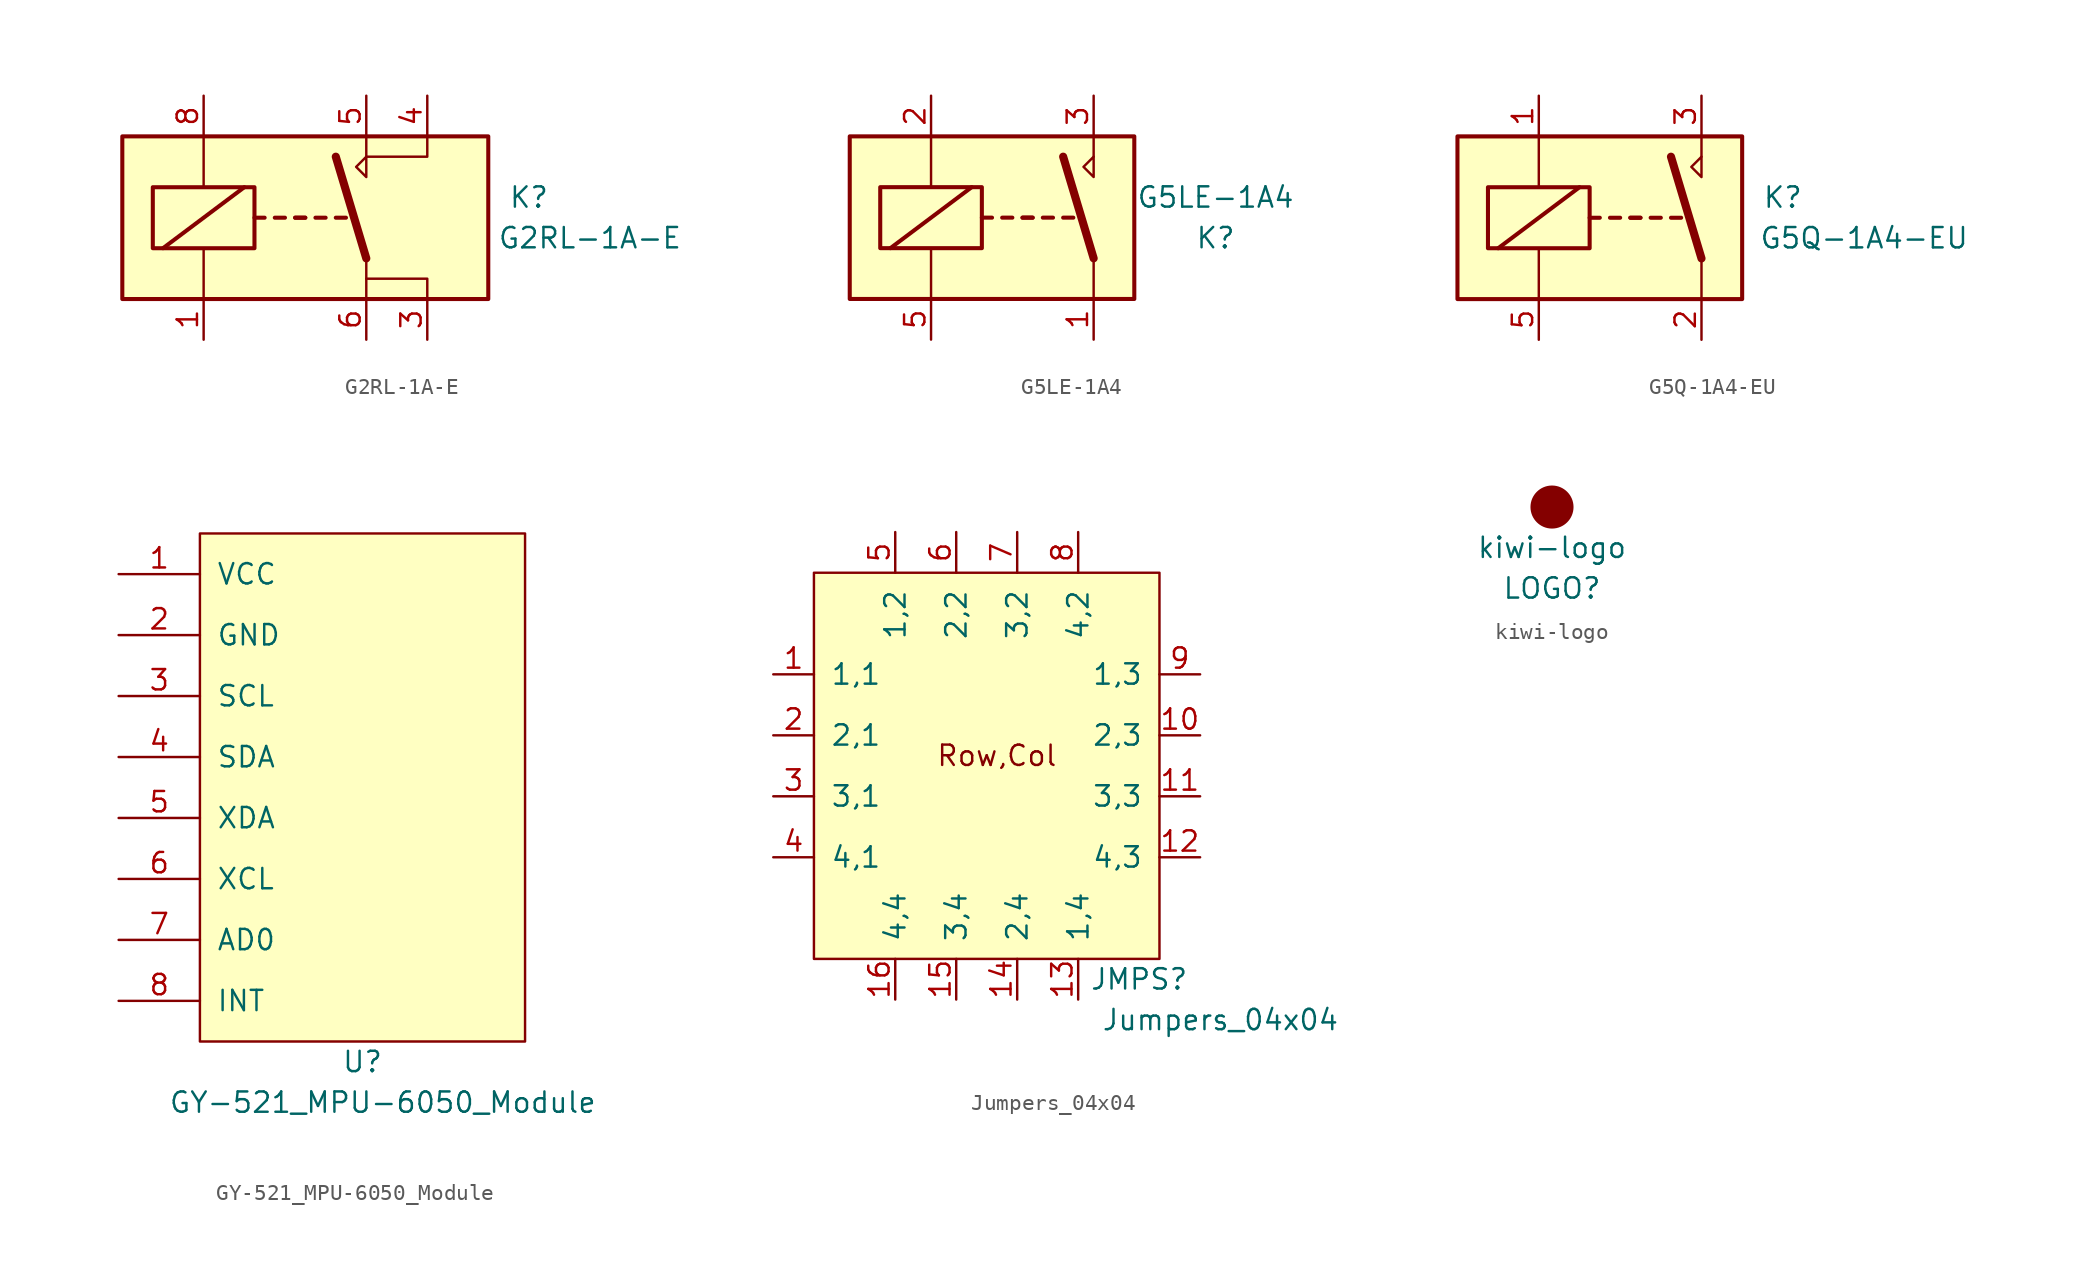
<source format=kicad_sym>
(kicad_symbol_lib
  (version 20211014)
  (generator kicad_symbol_editor)
  (symbol "G2RL-1A-E"
    (pin_names
      (offset 1.016))
    (property "Reference" "K"
      (at 16.51 1.27 0)
      (effects (font (size 1.27 1.27))))
    (property "Value" "G2RL-1A-E"
      (at 20.32 -1.27 0)
      (effects (font (size 1.27 1.27))))
    (symbol "G2RL-1A-E_0_1"
      (polyline (pts (xy 10.16 -5.08) (xy 10.16 -3.81) (xy 6.35 -3.81)) (stroke (width 0) (type default) (color 0 0 0 0)) (fill (type none)))
      (polyline (pts (xy 10.16 5.08) (xy 10.16 3.81) (xy 6.35 3.81)) (stroke (width 0) (type default) (color 0 0 0 0)) (fill (type none))))
    (symbol "G2RL-1A-E_1_0"
      (polyline (pts (xy 6.35 3.81) (xy 6.35 5.08)) (stroke (width 0) (type default) (color 0 0 0 0)) (fill (type none)))
      (polyline (pts (xy 6.35 3.81) (xy 6.35 2.54) (xy 5.715 3.175) (xy 6.35 3.81)) (stroke (width 0) (type default) (color 0 0 0 0)) (fill (type none))))
    (symbol "G2RL-1A-E_1_1"
      (rectangle (start -8.89 5.08) (end 13.97 -5.08) (stroke (width 0.254) (type default) (color 0 0 0 0)) (fill (type background)))
      (rectangle (start -6.985 1.905) (end -0.635 -1.905) (stroke (width 0.254) (type default) (color 0 0 0 0)) (fill (type none)))
      (polyline (pts (xy -6.35 -1.905) (xy -1.27 1.905)) (stroke (width 0.254) (type default) (color 0 0 0 0)) (fill (type none)))
      (polyline (pts (xy -3.81 -5.08) (xy -3.81 -1.905)) (stroke (width 0) (type default) (color 0 0 0 0)) (fill (type none)))
      (polyline (pts (xy -3.81 5.08) (xy -3.81 1.905)) (stroke (width 0) (type default) (color 0 0 0 0)) (fill (type none)))
      (polyline (pts (xy -0.635 0) (xy 0 0)) (stroke (width 0.254) (type default) (color 0 0 0 0)) (fill (type none)))
      (polyline (pts (xy 0.635 0) (xy 1.27 0)) (stroke (width 0.254) (type default) (color 0 0 0 0)) (fill (type none)))
      (polyline (pts (xy 1.905 0) (xy 2.54 0)) (stroke (width 0.254) (type default) (color 0 0 0 0)) (fill (type none)))
      (polyline (pts (xy 1.905 0) (xy 2.54 0)) (stroke (width 0.254) (type default) (color 0 0 0 0)) (fill (type none)))
      (polyline (pts (xy 3.175 0) (xy 3.81 0)) (stroke (width 0.254) (type default) (color 0 0 0 0)) (fill (type none)))
      (polyline (pts (xy 4.445 0) (xy 5.08 0)) (stroke (width 0.254) (type default) (color 0 0 0 0)) (fill (type none)))
      (polyline (pts (xy 6.35 -2.54) (xy 4.445 3.81)) (stroke (width 0.508) (type default) (color 0 0 0 0)) (fill (type none)))
      (polyline (pts (xy 6.35 -2.54) (xy 6.35 -5.08)) (stroke (width 0) (type default) (color 0 0 0 0)) (fill (type none)))
      (pin passive line (at -3.81 -7.62 90) (length 2.54) (name "~" (effects (font (size 1.27 1.27)))) (number "1" (effects (font (size 1.27 1.27)))))
      (pin passive line (at 10.16 -7.62 90) (length 2.54) (name "~" (effects (font (size 1.27 1.27)))) (number "3" (effects (font (size 1.27 1.27)))))
      (pin passive line (at 10.16 7.62 270) (length 2.54) (name "~" (effects (font (size 1.27 1.27)))) (number "4" (effects (font (size 1.27 1.27)))))
      (pin passive line (at 6.35 7.62 270) (length 2.54) (name "~" (effects (font (size 1.27 1.27)))) (number "5" (effects (font (size 1.27 1.27)))))
      (pin passive line (at 6.35 -7.62 90) (length 2.54) (name "~" (effects (font (size 1.27 1.27)))) (number "6" (effects (font (size 1.27 1.27)))))
      (pin passive line (at -3.81 7.62 270) (length 2.54) (name "~" (effects (font (size 1.27 1.27)))) (number "8" (effects (font (size 1.27 1.27)))))))
  (symbol "G5LE-1A4"
    (pin_names
      (offset 1.016))
    (property "Reference" "K"
      (at 13.97 -1.27 0)
      (effects (font (size 1.27 1.27))))
    (property "Value" "G5LE-1A4"
      (at 13.97 1.27 0)
      (effects (font (size 1.27 1.27))))
    (symbol "G5LE-1A4_1_0"
      (polyline (pts (xy 6.35 3.81) (xy 6.35 5.08)) (stroke (width 0) (type default) (color 0 0 0 0)) (fill (type none)))
      (polyline (pts (xy 6.35 3.81) (xy 6.35 2.54) (xy 5.715 3.175) (xy 6.35 3.81)) (stroke (width 0) (type default) (color 0 0 0 0)) (fill (type none))))
    (symbol "G5LE-1A4_1_1"
      (rectangle (start -8.89 5.08) (end 8.89 -5.08) (stroke (width 0.254) (type default) (color 0 0 0 0)) (fill (type background)))
      (rectangle (start -6.985 1.905) (end -0.635 -1.905) (stroke (width 0.254) (type default) (color 0 0 0 0)) (fill (type none)))
      (polyline (pts (xy -6.35 -1.905) (xy -1.27 1.905)) (stroke (width 0.254) (type default) (color 0 0 0 0)) (fill (type none)))
      (polyline (pts (xy -3.81 -5.08) (xy -3.81 -1.905)) (stroke (width 0) (type default) (color 0 0 0 0)) (fill (type none)))
      (polyline (pts (xy -3.81 5.08) (xy -3.81 1.905)) (stroke (width 0) (type default) (color 0 0 0 0)) (fill (type none)))
      (polyline (pts (xy -0.635 0) (xy 0 0)) (stroke (width 0.254) (type default) (color 0 0 0 0)) (fill (type none)))
      (polyline (pts (xy 0.635 0) (xy 1.27 0)) (stroke (width 0.254) (type default) (color 0 0 0 0)) (fill (type none)))
      (polyline (pts (xy 1.905 0) (xy 2.54 0)) (stroke (width 0.254) (type default) (color 0 0 0 0)) (fill (type none)))
      (polyline (pts (xy 1.905 0) (xy 2.54 0)) (stroke (width 0.254) (type default) (color 0 0 0 0)) (fill (type none)))
      (polyline (pts (xy 3.175 0) (xy 3.81 0)) (stroke (width 0.254) (type default) (color 0 0 0 0)) (fill (type none)))
      (polyline (pts (xy 4.445 0) (xy 5.08 0)) (stroke (width 0.254) (type default) (color 0 0 0 0)) (fill (type none)))
      (polyline (pts (xy 6.35 -2.54) (xy 4.445 3.81)) (stroke (width 0.508) (type default) (color 0 0 0 0)) (fill (type none)))
      (polyline (pts (xy 6.35 -2.54) (xy 6.35 -5.08)) (stroke (width 0) (type default) (color 0 0 0 0)) (fill (type none)))
      (pin passive line (at 6.35 -7.62 90) (length 2.54) (name "~" (effects (font (size 1.27 1.27)))) (number "1" (effects (font (size 1.27 1.27)))))
      (pin passive line (at -3.81 7.62 270) (length 2.54) (name "~" (effects (font (size 1.27 1.27)))) (number "2" (effects (font (size 1.27 1.27)))))
      (pin passive line (at 6.35 7.62 270) (length 2.54) (name "~" (effects (font (size 1.27 1.27)))) (number "3" (effects (font (size 1.27 1.27)))))
      (pin passive line (at -3.81 -7.62 90) (length 2.54) (name "~" (effects (font (size 1.27 1.27)))) (number "5" (effects (font (size 1.27 1.27)))))))
  (symbol "G5Q-1A4-EU"
    (pin_names
      (offset 1.016))
    (property "Reference" "K"
      (at 11.43 1.27 0)
      (effects (font (size 1.27 1.27))))
    (property "Value" "G5Q-1A4-EU"
      (at 16.51 -1.27 0)
      (effects (font (size 1.27 1.27))))
    (symbol "G5Q-1A4-EU_1_0"
      (polyline (pts (xy 6.35 3.81) (xy 6.35 5.08)) (stroke (width 0) (type default) (color 0 0 0 0)) (fill (type none)))
      (polyline (pts (xy 6.35 3.81) (xy 6.35 2.54) (xy 5.715 3.175) (xy 6.35 3.81)) (stroke (width 0) (type default) (color 0 0 0 0)) (fill (type none))))
    (symbol "G5Q-1A4-EU_1_1"
      (rectangle (start -8.89 5.08) (end 8.89 -5.08) (stroke (width 0.254) (type default) (color 0 0 0 0)) (fill (type background)))
      (rectangle (start -6.985 1.905) (end -0.635 -1.905) (stroke (width 0.254) (type default) (color 0 0 0 0)) (fill (type none)))
      (polyline (pts (xy -6.35 -1.905) (xy -1.27 1.905)) (stroke (width 0.254) (type default) (color 0 0 0 0)) (fill (type none)))
      (polyline (pts (xy -3.81 -5.08) (xy -3.81 -1.905)) (stroke (width 0) (type default) (color 0 0 0 0)) (fill (type none)))
      (polyline (pts (xy -3.81 5.08) (xy -3.81 1.905)) (stroke (width 0) (type default) (color 0 0 0 0)) (fill (type none)))
      (polyline (pts (xy -0.635 0) (xy 0 0)) (stroke (width 0.254) (type default) (color 0 0 0 0)) (fill (type none)))
      (polyline (pts (xy 0.635 0) (xy 1.27 0)) (stroke (width 0.254) (type default) (color 0 0 0 0)) (fill (type none)))
      (polyline (pts (xy 1.905 0) (xy 2.54 0)) (stroke (width 0.254) (type default) (color 0 0 0 0)) (fill (type none)))
      (polyline (pts (xy 1.905 0) (xy 2.54 0)) (stroke (width 0.254) (type default) (color 0 0 0 0)) (fill (type none)))
      (polyline (pts (xy 3.175 0) (xy 3.81 0)) (stroke (width 0.254) (type default) (color 0 0 0 0)) (fill (type none)))
      (polyline (pts (xy 4.445 0) (xy 5.08 0)) (stroke (width 0.254) (type default) (color 0 0 0 0)) (fill (type none)))
      (polyline (pts (xy 6.35 -2.54) (xy 4.445 3.81)) (stroke (width 0.508) (type default) (color 0 0 0 0)) (fill (type none)))
      (polyline (pts (xy 6.35 -2.54) (xy 6.35 -5.08)) (stroke (width 0) (type default) (color 0 0 0 0)) (fill (type none)))
      (pin passive line (at -3.81 7.62 270) (length 2.54) (name "~" (effects (font (size 1.27 1.27)))) (number "1" (effects (font (size 1.27 1.27)))))
      (pin passive line (at 6.35 -7.62 90) (length 2.54) (name "~" (effects (font (size 1.27 1.27)))) (number "2" (effects (font (size 1.27 1.27)))))
      (pin passive line (at 6.35 7.62 270) (length 2.54) (name "~" (effects (font (size 1.27 1.27)))) (number "3" (effects (font (size 1.27 1.27)))))
      (pin passive line (at -3.81 -7.62 90) (length 2.54) (name "~" (effects (font (size 1.27 1.27)))) (number "5" (effects (font (size 1.27 1.27)))))))
  (symbol "GY-521_MPU-6050_Module"
    (pin_names
      (offset 1.016))
    (property "Reference" "U"
      (at 0 -17.78 0)
      (effects (font (size 1.27 1.27))))
    (property "Value" "GY-521_MPU-6050_Module"
      (at 1.27 -20.32 0)
      (effects (font (size 1.27 1.27))))
    (symbol "GY-521_MPU-6050_Module_0_1"
      (rectangle (start -10.16 15.24) (end 10.16 -16.51) (stroke (width 0) (type default) (color 0 0 0 0)) (fill (type background))))
    (symbol "GY-521_MPU-6050_Module_1_1"
      (pin power_in line (at -15.24 12.7 0) (length 5.08) (name "VCC" (effects (font (size 1.27 1.27)))) (number "1" (effects (font (size 1.27 1.27)))))
      (pin power_in line (at -15.24 8.89 0) (length 5.08) (name "GND" (effects (font (size 1.27 1.27)))) (number "2" (effects (font (size 1.27 1.27)))))
      (pin passive line (at -15.24 5.08 0) (length 5.08) (name "SCL" (effects (font (size 1.27 1.27)))) (number "3" (effects (font (size 1.27 1.27)))))
      (pin passive line (at -15.24 1.27 0) (length 5.08) (name "SDA" (effects (font (size 1.27 1.27)))) (number "4" (effects (font (size 1.27 1.27)))))
      (pin passive line (at -15.24 -2.54 0) (length 5.08) (name "XDA" (effects (font (size 1.27 1.27)))) (number "5" (effects (font (size 1.27 1.27)))))
      (pin passive line (at -15.24 -6.35 0) (length 5.08) (name "XCL" (effects (font (size 1.27 1.27)))) (number "6" (effects (font (size 1.27 1.27)))))
      (pin passive line (at -15.24 -10.16 0) (length 5.08) (name "AD0" (effects (font (size 1.27 1.27)))) (number "7" (effects (font (size 1.27 1.27)))))
      (pin passive line (at -15.24 -13.97 0) (length 5.08) (name "INT" (effects (font (size 1.27 1.27)))) (number "8" (effects (font (size 1.27 1.27)))))))
  (symbol "Jumpers_04x04"
    (pin_names
      (offset 1.016))
    (property "Reference" "JMPS"
      (at 10.16 -12.7 0)
      (effects (font (size 1.27 1.27))))
    (property "Value" "Jumpers_04x04"
      (at 15.24 -15.24 0)
      (effects (font (size 1.27 1.27))))
    (symbol "Jumpers_04x04_0_0"
      (text "Row,Col" (at 1.27 1.27 0) (effects (font (size 1.27 1.27)))))
    (symbol "Jumpers_04x04_0_1"
      (rectangle (start -10.16 12.7) (end 11.43 -11.43) (stroke (width 0) (type default) (color 0 0 0 0)) (fill (type background))))
    (symbol "Jumpers_04x04_1_1"
      (pin bidirectional line (at -12.7 6.35 0) (length 2.54) (name "1,1" (effects (font (size 1.27 1.27)))) (number "1" (effects (font (size 1.27 1.27)))))
      (pin bidirectional line (at 13.97 2.54 180) (length 2.54) (name "2,3" (effects (font (size 1.27 1.27)))) (number "10" (effects (font (size 1.27 1.27)))))
      (pin bidirectional line (at 13.97 -1.27 180) (length 2.54) (name "3,3" (effects (font (size 1.27 1.27)))) (number "11" (effects (font (size 1.27 1.27)))))
      (pin bidirectional line (at 13.97 -5.08 180) (length 2.54) (name "4,3" (effects (font (size 1.27 1.27)))) (number "12" (effects (font (size 1.27 1.27)))))
      (pin bidirectional line (at 6.35 -13.97 90) (length 2.54) (name "1,4" (effects (font (size 1.27 1.27)))) (number "13" (effects (font (size 1.27 1.27)))))
      (pin bidirectional line (at 2.54 -13.97 90) (length 2.54) (name "2,4" (effects (font (size 1.27 1.27)))) (number "14" (effects (font (size 1.27 1.27)))))
      (pin bidirectional line (at -1.27 -13.97 90) (length 2.54) (name "3,4" (effects (font (size 1.27 1.27)))) (number "15" (effects (font (size 1.27 1.27)))))
      (pin bidirectional line (at -5.08 -13.97 90) (length 2.54) (name "4,4" (effects (font (size 1.27 1.27)))) (number "16" (effects (font (size 1.27 1.27)))))
      (pin bidirectional line (at -12.7 2.54 0) (length 2.54) (name "2,1" (effects (font (size 1.27 1.27)))) (number "2" (effects (font (size 1.27 1.27)))))
      (pin bidirectional line (at -12.7 -1.27 0) (length 2.54) (name "3,1" (effects (font (size 1.27 1.27)))) (number "3" (effects (font (size 1.27 1.27)))))
      (pin bidirectional line (at -12.7 -5.08 0) (length 2.54) (name "4,1" (effects (font (size 1.27 1.27)))) (number "4" (effects (font (size 1.27 1.27)))))
      (pin bidirectional line (at -5.08 15.24 270) (length 2.54) (name "1,2" (effects (font (size 1.27 1.27)))) (number "5" (effects (font (size 1.27 1.27)))))
      (pin bidirectional line (at -1.27 15.24 270) (length 2.54) (name "2,2" (effects (font (size 1.27 1.27)))) (number "6" (effects (font (size 1.27 1.27)))))
      (pin bidirectional line (at 2.54 15.24 270) (length 2.54) (name "3,2" (effects (font (size 1.27 1.27)))) (number "7" (effects (font (size 1.27 1.27)))))
      (pin bidirectional line (at 6.35 15.24 270) (length 2.54) (name "4,2" (effects (font (size 1.27 1.27)))) (number "8" (effects (font (size 1.27 1.27)))))
      (pin bidirectional line (at 13.97 6.35 180) (length 2.54) (name "1,3" (effects (font (size 1.27 1.27)))) (number "9" (effects (font (size 1.27 1.27)))))))
  (symbol "kiwi-logo"
    (pin_names
      (offset 1.016))
    (property "Reference" "LOGO"
      (at 0 -5.08 0)
      (effects (font (size 1.27 1.27))))
    (property "Value" "kiwi-logo"
      (at 0 -2.54 0)
      (effects (font (size 1.27 1.27))))
    (symbol "kiwi-logo_0_1"
      (circle (center 0 0) (radius 1.27) (stroke (width 0) (type default) (color 0 0 0 0)) (fill (type outline))))))
</source>
